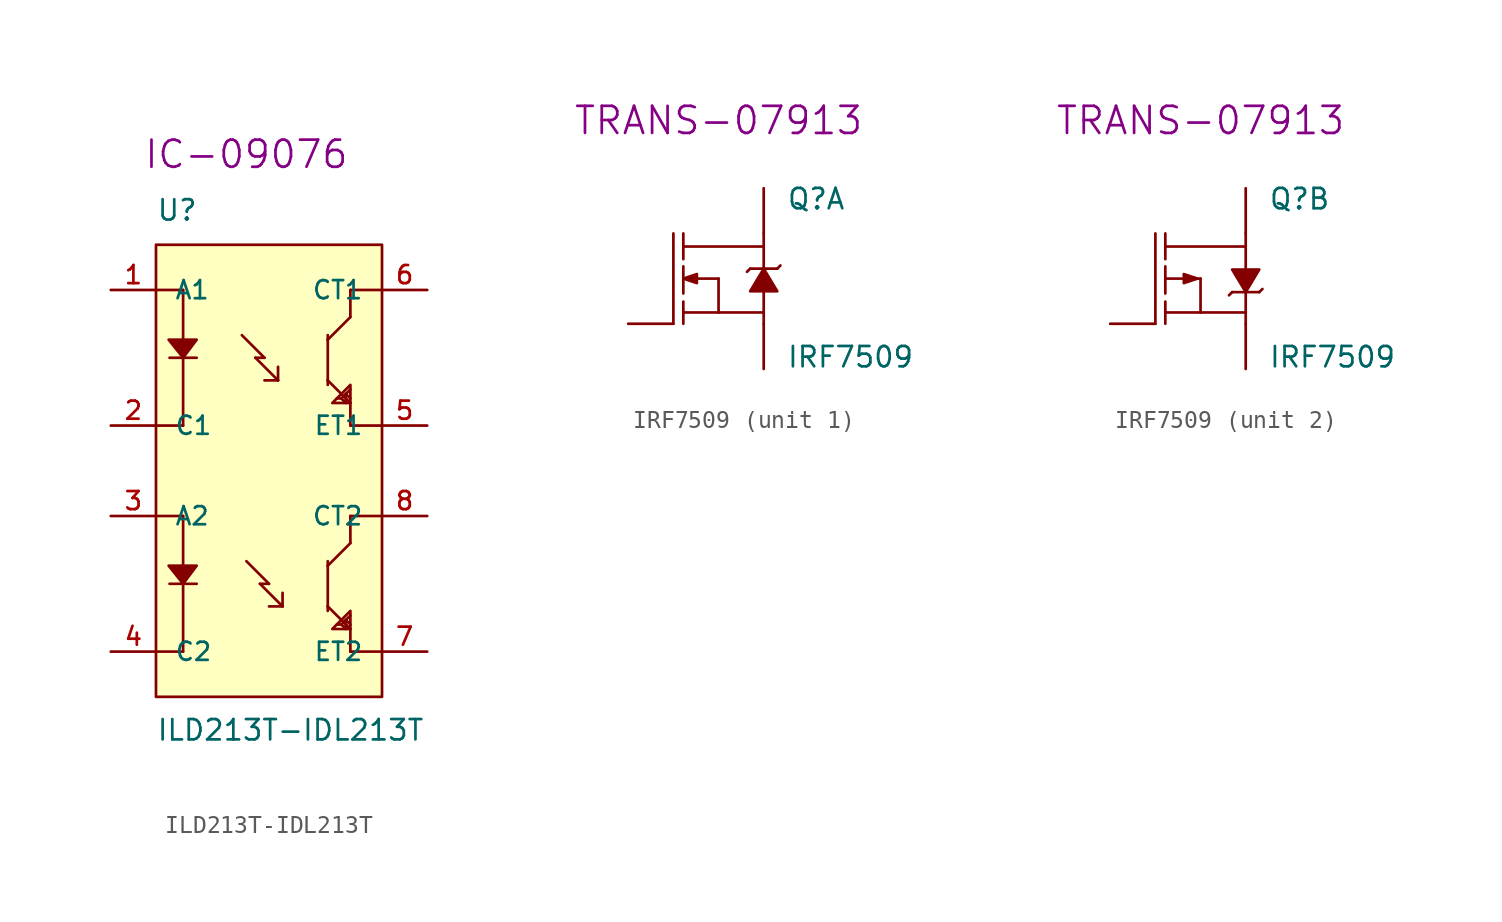
<source format=kicad_sym>
(kicad_symbol_lib
  (version 20201005)
  (generator kicad_symbol_editor)
  (symbol "ILD213T-IDL213T"
    (pin_names
      (offset 1.016))
    (property "Reference" "U"
      (at -5.08 13.97 0)
      (effects (font (size 1.143 1.143)) (justify left bottom)))
    (property "Value" "ILD213T-IDL213T"
      (at -5.08 -15.24 0)
      (effects (font (size 1.143 1.143)) (justify left bottom)))
    (property "Field4" "IC-09076"
      (at 0 17.78 0)
      (effects (font (size 1.524 1.524))))
    (property "ki_locked" ""
      (at 0 0 0)
      (effects (font (size 1.27 1.27))))
    (symbol "ILD213T-IDL213T_1_0"
      (polyline (pts (xy -5.08 -2.54) (xy -3.556 -2.54)) (stroke (width 0)) (fill (type none)))
      (polyline (pts (xy -5.08 10.16) (xy -3.556 10.16)) (stroke (width 0)) (fill (type none)))
      (polyline (pts (xy -4.318 -6.35) (xy -2.794 -6.35)) (stroke (width 0)) (fill (type none)))
      (polyline (pts (xy -4.318 6.35) (xy -2.794 6.35)) (stroke (width 0)) (fill (type none)))
      (polyline (pts (xy -3.556 -10.16) (xy -5.08 -10.16)) (stroke (width 0)) (fill (type none)))
      (polyline (pts (xy -3.556 -6.35) (xy -3.556 -10.16)) (stroke (width 0)) (fill (type none)))
      (polyline (pts (xy -3.556 -2.54) (xy -3.556 -5.334)) (stroke (width 0)) (fill (type none)))
      (polyline (pts (xy -3.556 2.54) (xy -5.08 2.54)) (stroke (width 0)) (fill (type none)))
      (polyline (pts (xy -3.556 6.35) (xy -3.556 2.54)) (stroke (width 0)) (fill (type none)))
      (polyline (pts (xy -3.556 10.16) (xy -3.556 7.366)) (stroke (width 0)) (fill (type none)))
      (polyline (pts (xy -0.254 7.62) (xy 1.016 6.35)) (stroke (width 0)) (fill (type none)))
      (polyline (pts (xy 0 -5.08) (xy 1.27 -6.35)) (stroke (width 0)) (fill (type none)))
      (polyline (pts (xy 0.508 6.35) (xy 1.778 5.08)) (stroke (width 0)) (fill (type none)))
      (polyline (pts (xy 0.762 -6.35) (xy 2.032 -7.62)) (stroke (width 0)) (fill (type none)))
      (polyline (pts (xy 1.016 6.35) (xy 0.508 6.35)) (stroke (width 0)) (fill (type none)))
      (polyline (pts (xy 1.27 -6.35) (xy 0.762 -6.35)) (stroke (width 0)) (fill (type none)))
      (polyline (pts (xy 1.778 5.08) (xy 1.016 5.08)) (stroke (width 0)) (fill (type none)))
      (polyline (pts (xy 1.778 5.08) (xy 1.778 5.842)) (stroke (width 0)) (fill (type none)))
      (polyline (pts (xy 2.032 -7.62) (xy 1.27 -7.62)) (stroke (width 0)) (fill (type none)))
      (polyline (pts (xy 2.032 -7.62) (xy 2.032 -6.858)) (stroke (width 0)) (fill (type none)))
      (polyline (pts (xy 4.572 -7.62) (xy 4.572 -7.874)) (stroke (width 0)) (fill (type none)))
      (polyline (pts (xy 4.572 -7.62) (xy 5.842 -8.89)) (stroke (width 0)) (fill (type none)))
      (polyline (pts (xy 4.572 -5.334) (xy 4.572 -7.62)) (stroke (width 0)) (fill (type none)))
      (polyline (pts (xy 4.572 -5.334) (xy 4.572 -5.08)) (stroke (width 0)) (fill (type none)))
      (polyline (pts (xy 4.572 5.08) (xy 4.572 4.826)) (stroke (width 0)) (fill (type none)))
      (polyline (pts (xy 4.572 5.08) (xy 5.842 3.81)) (stroke (width 0)) (fill (type none)))
      (polyline (pts (xy 4.572 7.366) (xy 4.572 5.08)) (stroke (width 0)) (fill (type none)))
      (polyline (pts (xy 4.572 7.366) (xy 4.572 7.62)) (stroke (width 0)) (fill (type none)))
      (polyline (pts (xy 5.08 -8.636) (xy 5.334 -8.636)) (stroke (width 0)) (fill (type none)))
      (polyline (pts (xy 5.08 4.064) (xy 5.334 4.064)) (stroke (width 0)) (fill (type none)))
      (polyline (pts (xy 5.588 -8.382) (xy 5.842 -8.128)) (stroke (width 0)) (fill (type none)))
      (polyline (pts (xy 5.588 4.318) (xy 5.842 4.572)) (stroke (width 0)) (fill (type none)))
      (polyline (pts (xy 5.842 -10.16) (xy 7.62 -10.16)) (stroke (width 0)) (fill (type none)))
      (polyline (pts (xy 5.842 -8.89) (xy 5.842 -10.16)) (stroke (width 0)) (fill (type none)))
      (polyline (pts (xy 5.842 -8.636) (xy 5.588 -8.382)) (stroke (width 0)) (fill (type none)))
      (polyline (pts (xy 5.842 -4.064) (xy 4.572 -5.334)) (stroke (width 0)) (fill (type none)))
      (polyline (pts (xy 5.842 -2.54) (xy 5.842 -4.064)) (stroke (width 0)) (fill (type none)))
      (polyline (pts (xy 5.842 2.54) (xy 7.62 2.54)) (stroke (width 0)) (fill (type none)))
      (polyline (pts (xy 5.842 3.81) (xy 5.842 2.54)) (stroke (width 0)) (fill (type none)))
      (polyline (pts (xy 5.842 4.064) (xy 5.588 4.318)) (stroke (width 0)) (fill (type none)))
      (polyline (pts (xy 5.842 8.636) (xy 4.572 7.366)) (stroke (width 0)) (fill (type none)))
      (polyline (pts (xy 5.842 10.16) (xy 5.842 8.636)) (stroke (width 0)) (fill (type none)))
      (polyline (pts (xy 7.62 -2.54) (xy 5.842 -2.54)) (stroke (width 0)) (fill (type none)))
      (polyline (pts (xy 7.62 10.16) (xy 5.842 10.16)) (stroke (width 0)) (fill (type none))))
    (symbol "ILD213T-IDL213T_1_1"
      (polyline (pts (xy 5.588 -8.382) (xy 5.334 -8.636) (xy 5.588 -8.89) (xy 5.588 -8.382)) (stroke (width 0)) (fill (type background)))
      (polyline (pts (xy 5.588 4.318) (xy 5.334 4.064) (xy 5.588 3.81) (xy 5.588 4.318)) (stroke (width 0)) (fill (type background)))
      (polyline (pts (xy -4.369 -5.334) (xy -2.794 -5.334) (xy -2.794 -5.334) (xy -3.556 -6.35) (xy -3.556 -6.35) (xy -4.369 -5.334)) (stroke (width 0)) (fill (type outline)))
      (polyline (pts (xy -4.369 7.366) (xy -2.794 7.366) (xy -2.794 7.366) (xy -3.556 6.35) (xy -3.556 6.35) (xy -4.369 7.366)) (stroke (width 0)) (fill (type outline)))
      (polyline (pts (xy 5.842 -8.89) (xy 5.842 -8.636) (xy 5.842 -8.128) (xy 5.842 -7.874) (xy 5.08 -8.636) (xy 4.826 -8.89) (xy 5.588 -8.89) (xy 5.842 -8.89)) (stroke (width 0)) (fill (type background)))
      (polyline (pts (xy 5.842 3.81) (xy 5.842 4.064) (xy 5.842 4.572) (xy 5.842 4.826) (xy 5.08 4.064) (xy 4.826 3.81) (xy 5.588 3.81) (xy 5.842 3.81)) (stroke (width 0)) (fill (type background)))
      (polyline (pts (xy -5.08 -12.7) (xy 7.62 -12.7) (xy 7.62 2.54) (xy 7.62 10.16) (xy 7.62 12.7) (xy -5.08 12.7) (xy -5.08 10.16) (xy -5.08 2.54) (xy -5.08 -12.7)) (stroke (width 0)) (fill (type background)))
      (pin bidirectional line (at -7.62 10.16 0) (length 2.54) (name "A1" (effects (font (size 1.016 1.016)))) (number "1" (effects (font (size 1.016 1.016)))))
      (pin bidirectional line (at -7.62 2.54 0) (length 2.54) (name "C1" (effects (font (size 1.016 1.016)))) (number "2" (effects (font (size 1.016 1.016)))))
      (pin bidirectional line (at -7.62 -2.54 0) (length 2.54) (name "A2" (effects (font (size 1.016 1.016)))) (number "3" (effects (font (size 1.016 1.016)))))
      (pin bidirectional line (at -7.62 -10.16 0) (length 2.54) (name "C2" (effects (font (size 1.016 1.016)))) (number "4" (effects (font (size 1.016 1.016)))))
      (pin bidirectional line (at 10.16 2.54 180) (length 2.54) (name "ET1" (effects (font (size 1.016 1.016)))) (number "5" (effects (font (size 1.016 1.016)))))
      (pin bidirectional line (at 10.16 10.16 180) (length 2.54) (name "CT1" (effects (font (size 1.016 1.016)))) (number "6" (effects (font (size 1.016 1.016)))))
      (pin bidirectional line (at 10.16 -10.16 180) (length 2.54) (name "ET2" (effects (font (size 1.016 1.016)))) (number "7" (effects (font (size 1.016 1.016)))))
      (pin bidirectional line (at 10.16 -2.54 180) (length 2.54) (name "CT2" (effects (font (size 1.016 1.016)))) (number "8" (effects (font (size 1.016 1.016)))))))
  (symbol "IRF7509"
    (pin_numbers hide)
    (pin_names
      (offset 1.016) hide)
    (property "Reference" "Q"
      (at 3.81 3.81 0)
      (effects (font (size 1.143 1.143)) (justify left bottom)))
    (property "Value" "IRF7509"
      (at 3.81 -5.08 0)
      (effects (font (size 1.143 1.143)) (justify left bottom)))
    (property "Field4" "TRANS-07913"
      (at 0 8.89 0)
      (effects (font (size 1.524 1.524))))
    (property "ki_locked" ""
      (at 0 0 0)
      (effects (font (size 1.27 1.27))))
    (symbol "IRF7509_1_0"
      (polyline (pts (xy -2.54 -2.54) (xy -2.54 2.54)) (stroke (width 0)) (fill (type none)))
      (polyline (pts (xy -1.981 -1.905) (xy -1.981 -2.54)) (stroke (width 0)) (fill (type none)))
      (polyline (pts (xy -1.981 -1.905) (xy 0 -1.905)) (stroke (width 0)) (fill (type none)))
      (polyline (pts (xy -1.981 -1.295) (xy -1.981 -1.905)) (stroke (width 0)) (fill (type none)))
      (polyline (pts (xy -1.981 0.686) (xy -1.981 -0.838)) (stroke (width 0)) (fill (type none)))
      (polyline (pts (xy -1.981 1.803) (xy -1.981 1.092)) (stroke (width 0)) (fill (type none)))
      (polyline (pts (xy -1.981 1.803) (xy 2.54 1.803)) (stroke (width 0)) (fill (type none)))
      (polyline (pts (xy -1.981 2.54) (xy -1.981 1.803)) (stroke (width 0)) (fill (type none)))
      (polyline (pts (xy 0 -1.905) (xy 0 0)) (stroke (width 0)) (fill (type none)))
      (polyline (pts (xy 0 0) (xy -1.219 0)) (stroke (width 0)) (fill (type none)))
      (polyline (pts (xy 1.6 0.381) (xy 1.778 0.559)) (stroke (width 0)) (fill (type none)))
      (polyline (pts (xy 2.54 -2.54) (xy 2.54 -1.905)) (stroke (width 0)) (fill (type none)))
      (polyline (pts (xy 2.54 -1.905) (xy 0 -1.905)) (stroke (width 0)) (fill (type none)))
      (polyline (pts (xy 2.54 -0.711) (xy 2.54 -1.905)) (stroke (width 0)) (fill (type none)))
      (polyline (pts (xy 2.54 0.559) (xy 1.778 0.559)) (stroke (width 0)) (fill (type none)))
      (polyline (pts (xy 2.54 0.559) (xy 3.302 0.559)) (stroke (width 0)) (fill (type none)))
      (polyline (pts (xy 2.54 1.803) (xy 2.54 0.559)) (stroke (width 0)) (fill (type none)))
      (polyline (pts (xy 2.54 2.54) (xy 2.54 1.803)) (stroke (width 0)) (fill (type none)))
      (polyline (pts (xy 3.302 0.559) (xy 3.48 0.737)) (stroke (width 0)) (fill (type none))))
    (symbol "IRF7509_1_1"
      (polyline (pts (xy -1.981 0) (xy -1.219 0.254) (xy -1.219 0.254) (xy -1.219 -0.254) (xy -1.219 -0.254) (xy -1.981 0)) (stroke (width 0)) (fill (type outline)))
      (polyline (pts (xy 1.778 -0.711) (xy 2.54 0.559) (xy 2.54 0.559) (xy 3.302 -0.711) (xy 3.302 -0.711) (xy 1.778 -0.711)) (stroke (width 0)) (fill (type outline)))
      (pin bidirectional line (at 2.54 -5.08 90) (length 2.54) (name "S" (effects (font (size 1.016 1.016)))) (number "1" (effects (font (size 1.016 1.016)))))
      (pin bidirectional line (at -5.08 -2.54 0) (length 2.54) (name "G" (effects (font (size 1.016 1.016)))) (number "2" (effects (font (size 1.016 1.016)))))
      (pin bidirectional line (at 2.54 5.08 270) (length 2.54) (name "D" (effects (font (size 1.016 1.016)))) (number "7" (effects (font (size 1.016 1.016)))))
      (pin bidirectional line (at 2.54 5.08 270) (length 2.54) hide (name "D" (effects (font (size 1.016 1.016)))) (number "8" (effects (font (size 1.016 1.016))))))
    (symbol "IRF7509_2_0"
      (polyline (pts (xy -2.54 -2.54) (xy -2.54 2.54)) (stroke (width 0)) (fill (type none)))
      (polyline (pts (xy -1.981 -1.905) (xy -1.981 -2.54)) (stroke (width 0)) (fill (type none)))
      (polyline (pts (xy -1.981 -1.905) (xy 0 -1.905)) (stroke (width 0)) (fill (type none)))
      (polyline (pts (xy -1.981 -1.295) (xy -1.981 -1.905)) (stroke (width 0)) (fill (type none)))
      (polyline (pts (xy -1.981 0) (xy -1.981 -0.838)) (stroke (width 0)) (fill (type none)))
      (polyline (pts (xy -1.981 0.686) (xy -1.981 0)) (stroke (width 0)) (fill (type none)))
      (polyline (pts (xy -1.981 1.803) (xy -1.981 1.092)) (stroke (width 0)) (fill (type none)))
      (polyline (pts (xy -1.981 1.803) (xy 2.54 1.803)) (stroke (width 0)) (fill (type none)))
      (polyline (pts (xy -1.981 2.54) (xy -1.981 1.803)) (stroke (width 0)) (fill (type none)))
      (polyline (pts (xy 0 -1.905) (xy 0 0)) (stroke (width 0)) (fill (type none)))
      (polyline (pts (xy 0 0) (xy -1.981 0)) (stroke (width 0)) (fill (type none)))
      (polyline (pts (xy 1.778 -0.762) (xy 1.6 -0.94)) (stroke (width 0)) (fill (type none)))
      (polyline (pts (xy 1.778 -0.762) (xy 3.302 -0.762)) (stroke (width 0)) (fill (type none)))
      (polyline (pts (xy 2.54 -2.54) (xy 2.54 -1.905)) (stroke (width 0)) (fill (type none)))
      (polyline (pts (xy 2.54 -1.905) (xy 0 -1.905)) (stroke (width 0)) (fill (type none)))
      (polyline (pts (xy 2.54 -1.905) (xy 2.54 -0.787)) (stroke (width 0)) (fill (type none)))
      (polyline (pts (xy 2.54 1.803) (xy 2.54 0.584)) (stroke (width 0)) (fill (type none)))
      (polyline (pts (xy 2.54 2.54) (xy 2.54 1.803)) (stroke (width 0)) (fill (type none)))
      (polyline (pts (xy 3.48 -0.584) (xy 3.302 -0.762)) (stroke (width 0)) (fill (type none))))
    (symbol "IRF7509_2_1"
      (polyline (pts (xy -0.178 0) (xy -0.94 -0.254) (xy -0.94 -0.254) (xy -0.94 0.254) (xy -0.94 0.254) (xy -0.178 0)) (stroke (width 0)) (fill (type outline)))
      (polyline (pts (xy 3.302 0.508) (xy 2.54 -0.762) (xy 2.54 -0.762) (xy 1.778 0.508) (xy 1.778 0.508) (xy 3.302 0.508)) (stroke (width 0)) (fill (type outline)))
      (pin bidirectional line (at 2.54 -5.08 90) (length 2.54) (name "S" (effects (font (size 1.016 1.016)))) (number "3" (effects (font (size 1.016 1.016)))))
      (pin bidirectional line (at -5.08 -2.54 0) (length 2.54) (name "G" (effects (font (size 1.016 1.016)))) (number "4" (effects (font (size 1.016 1.016)))))
      (pin bidirectional line (at 2.54 5.08 270) (length 2.54) (name "D" (effects (font (size 1.016 1.016)))) (number "5" (effects (font (size 1.016 1.016)))))
      (pin bidirectional line (at 2.54 5.08 270) (length 2.54) hide (name "D" (effects (font (size 1.016 1.016)))) (number "6" (effects (font (size 1.016 1.016))))))))
</source>
